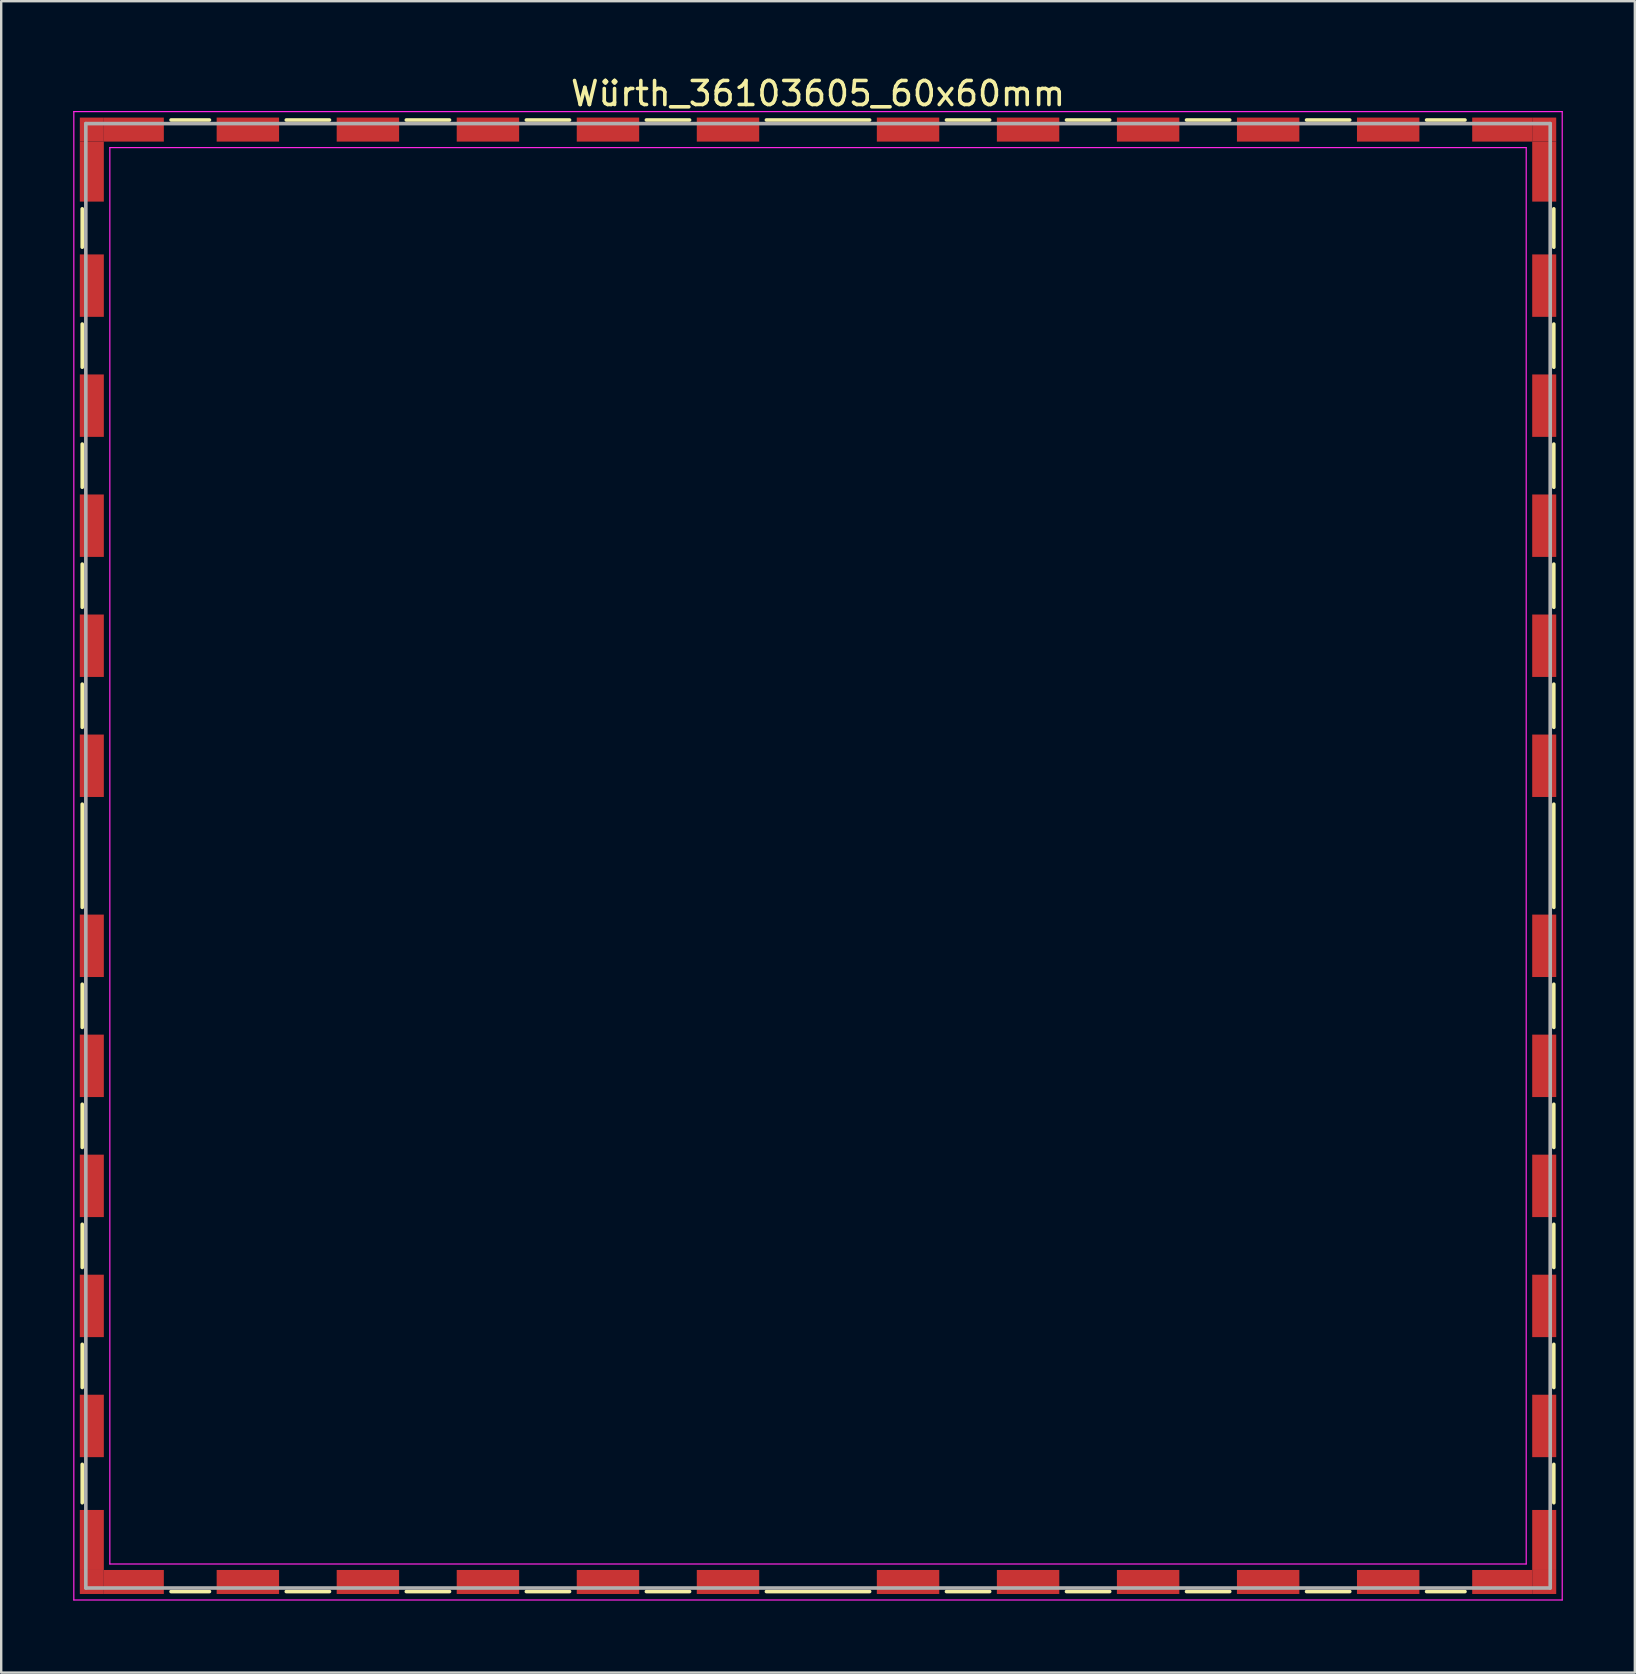
<source format=kicad_pcb>
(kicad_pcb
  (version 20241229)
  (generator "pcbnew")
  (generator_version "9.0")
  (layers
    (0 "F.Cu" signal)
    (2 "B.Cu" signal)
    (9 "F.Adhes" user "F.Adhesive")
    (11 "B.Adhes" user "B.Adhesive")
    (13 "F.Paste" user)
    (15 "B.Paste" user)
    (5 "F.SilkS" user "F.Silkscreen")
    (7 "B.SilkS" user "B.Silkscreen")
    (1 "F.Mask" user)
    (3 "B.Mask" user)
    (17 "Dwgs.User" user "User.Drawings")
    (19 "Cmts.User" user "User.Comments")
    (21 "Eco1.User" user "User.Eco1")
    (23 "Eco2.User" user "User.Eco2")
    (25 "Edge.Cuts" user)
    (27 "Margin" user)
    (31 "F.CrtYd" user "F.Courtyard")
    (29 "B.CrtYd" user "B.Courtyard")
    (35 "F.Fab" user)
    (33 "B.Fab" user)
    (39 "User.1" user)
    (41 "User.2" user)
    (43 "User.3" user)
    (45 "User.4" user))
  (footprint "Würth_36103605_60x60mm"
    (layer "F.Cu")
    (at 31.025 32.598)
    (property "Reference" "Würth_36103605_60x60mm" (at 0 -31.75 0) (layer "F.SilkS") (effects (font (size 1 1) (thickness 0.15))))
    (attr smd)
    (fp_line (start -30.65 -26.95) (end -30.65 -25.35) (stroke (width 0.15) (type solid)) (layer "F.SilkS"))
    (fp_line (start -30.65 -22.15) (end -30.65 -20.35) (stroke (width 0.15) (type solid)) (layer "F.SilkS"))
    (fp_line (start -30.65 -17.15) (end -30.65 -15.35) (stroke (width 0.15) (type solid)) (layer "F.SilkS"))
    (fp_line (start -30.65 -12.15) (end -30.65 -10.35) (stroke (width 0.15) (type solid)) (layer "F.SilkS"))
    (fp_line (start -30.65 -7.15) (end -30.65 -5.35) (stroke (width 0.15) (type solid)) (layer "F.SilkS"))
    (fp_line (start -30.65 -2.15) (end -30.65 2.15) (stroke (width 0.15) (type solid)) (layer "F.SilkS"))
    (fp_line (start -30.65 5.35) (end -30.65 7.15) (stroke (width 0.15) (type solid)) (layer "F.SilkS"))
    (fp_line (start -30.65 10.35) (end -30.65 12.15) (stroke (width 0.15) (type solid)) (layer "F.SilkS"))
    (fp_line (start -30.65 15.35) (end -30.65 17.15) (stroke (width 0.15) (type solid)) (layer "F.SilkS"))
    (fp_line (start -30.65 20.35) (end -30.65 22.15) (stroke (width 0.15) (type solid)) (layer "F.SilkS"))
    (fp_line (start -30.65 25.35) (end -30.65 26.95) (stroke (width 0.15) (type solid)) (layer "F.SilkS"))
    (fp_line (start -26.95 -30.65) (end -25.35 -30.65) (stroke (width 0.15) (type solid)) (layer "F.SilkS"))
    (fp_line (start -26.95 30.65) (end -25.35 30.65) (stroke (width 0.15) (type solid)) (layer "F.SilkS"))
    (fp_line (start -22.15 -30.65) (end -20.35 -30.65) (stroke (width 0.15) (type solid)) (layer "F.SilkS"))
    (fp_line (start -22.15 30.65) (end -20.35 30.65) (stroke (width 0.15) (type solid)) (layer "F.SilkS"))
    (fp_line (start -17.15 -30.65) (end -15.35 -30.65) (stroke (width 0.15) (type solid)) (layer "F.SilkS"))
    (fp_line (start -17.15 30.65) (end -15.35 30.65) (stroke (width 0.15) (type solid)) (layer "F.SilkS"))
    (fp_line (start -12.15 -30.65) (end -10.35 -30.65) (stroke (width 0.15) (type solid)) (layer "F.SilkS"))
    (fp_line (start -12.15 30.65) (end -10.35 30.65) (stroke (width 0.15) (type solid)) (layer "F.SilkS"))
    (fp_line (start -7.15 -30.65) (end -5.35 -30.65) (stroke (width 0.15) (type solid)) (layer "F.SilkS"))
    (fp_line (start -7.15 30.65) (end -5.35 30.65) (stroke (width 0.15) (type solid)) (layer "F.SilkS"))
    (fp_line (start -2.15 -30.65) (end 2.15 -30.65) (stroke (width 0.15) (type solid)) (layer "F.SilkS"))
    (fp_line (start -2.15 30.65) (end 2.15 30.65) (stroke (width 0.15) (type solid)) (layer "F.SilkS"))
    (fp_line (start 5.35 -30.65) (end 7.15 -30.65) (stroke (width 0.15) (type solid)) (layer "F.SilkS"))
    (fp_line (start 5.35 30.65) (end 7.15 30.65) (stroke (width 0.15) (type solid)) (layer "F.SilkS"))
    (fp_line (start 10.35 -30.65) (end 12.15 -30.65) (stroke (width 0.15) (type solid)) (layer "F.SilkS"))
    (fp_line (start 10.35 30.65) (end 12.15 30.65) (stroke (width 0.15) (type solid)) (layer "F.SilkS"))
    (fp_line (start 15.35 -30.65) (end 17.15 -30.65) (stroke (width 0.15) (type solid)) (layer "F.SilkS"))
    (fp_line (start 15.35 30.65) (end 17.15 30.65) (stroke (width 0.15) (type solid)) (layer "F.SilkS"))
    (fp_line (start 20.35 -30.65) (end 22.15 -30.65) (stroke (width 0.15) (type solid)) (layer "F.SilkS"))
    (fp_line (start 20.35 30.65) (end 22.15 30.65) (stroke (width 0.15) (type solid)) (layer "F.SilkS"))
    (fp_line (start 25.35 -30.65) (end 26.95 -30.65) (stroke (width 0.15) (type solid)) (layer "F.SilkS"))
    (fp_line (start 25.35 30.65) (end 26.95 30.65) (stroke (width 0.15) (type solid)) (layer "F.SilkS"))
    (fp_line (start 30.65 -26.95) (end 30.65 -25.35) (stroke (width 0.15) (type solid)) (layer "F.SilkS"))
    (fp_line (start 30.65 -22.15) (end 30.65 -20.35) (stroke (width 0.15) (type solid)) (layer "F.SilkS"))
    (fp_line (start 30.65 -17.15) (end 30.65 -15.35) (stroke (width 0.15) (type solid)) (layer "F.SilkS"))
    (fp_line (start 30.65 -12.15) (end 30.65 -10.35) (stroke (width 0.15) (type solid)) (layer "F.SilkS"))
    (fp_line (start 30.65 -7.15) (end 30.65 -5.35) (stroke (width 0.15) (type solid)) (layer "F.SilkS"))
    (fp_line (start 30.65 -2.15) (end 30.65 2.15) (stroke (width 0.15) (type solid)) (layer "F.SilkS"))
    (fp_line (start 30.65 5.35) (end 30.65 7.15) (stroke (width 0.15) (type solid)) (layer "F.SilkS"))
    (fp_line (start 30.65 10.35) (end 30.65 12.15) (stroke (width 0.15) (type solid)) (layer "F.SilkS"))
    (fp_line (start 30.65 15.35) (end 30.65 17.15) (stroke (width 0.15) (type solid)) (layer "F.SilkS"))
    (fp_line (start 30.65 20.35) (end 30.65 22.15) (stroke (width 0.15) (type solid)) (layer "F.SilkS"))
    (fp_line (start 30.65 25.35) (end 30.65 26.95) (stroke (width 0.15) (type solid)) (layer "F.SilkS"))
    (fp_line (start -31 -31) (end -31 31) (stroke (width 0.05) (type solid)) (layer "F.CrtYd"))
    (fp_line (start -31 31) (end 31 31) (stroke (width 0.05) (type solid)) (layer "F.CrtYd"))
    (fp_line (start -29.5 -29.5) (end -29.5 29.5) (stroke (width 0.05) (type solid)) (layer "F.CrtYd"))
    (fp_line (start -29.5 29.5) (end 29.5 29.5) (stroke (width 0.05) (type solid)) (layer "F.CrtYd"))
    (fp_line (start 29.5 -29.5) (end -29.5 -29.5) (stroke (width 0.05) (type solid)) (layer "F.CrtYd"))
    (fp_line (start 29.5 29.5) (end 29.5 -29.5) (stroke (width 0.05) (type solid)) (layer "F.CrtYd"))
    (fp_line (start 31 -31) (end -31 -31) (stroke (width 0.05) (type solid)) (layer "F.CrtYd"))
    (fp_line (start 31 31) (end 31 -31) (stroke (width 0.05) (type solid)) (layer "F.CrtYd"))
    (fp_line (start -30.5 -30.5) (end -30.5 30.5) (stroke (width 0.15) (type solid)) (layer "F.Fab"))
    (fp_line (start -30.5 30.5) (end 30.5 30.5) (stroke (width 0.15) (type solid)) (layer "F.Fab"))
    (fp_line (start 30.5 -30.5) (end -30.5 -30.5) (stroke (width 0.15) (type solid)) (layer "F.Fab"))
    (fp_line (start 30.5 30.5) (end 30.5 -30.5) (stroke (width 0.15) (type solid)) (layer "F.Fab"))
    (pad "1" smd rect (at -30.25 -30.25) (size 1 1) (layers "F.Cu" "F.Mask"))
    (pad "1" smd rect (at -30.25 -28.5) (size 1 2.5) (layers "F.Cu" "F.Mask"))
    (pad "1" smd rect (at -30.25 -23.75) (size 1 2.6) (layers "F.Cu" "F.Mask"))
    (pad "1" smd rect (at -30.25 -18.75) (size 1 2.6) (layers "F.Cu" "F.Mask"))
    (pad "1" smd rect (at -30.25 -13.75) (size 1 2.6) (layers "F.Cu" "F.Mask"))
    (pad "1" smd rect (at -30.25 -8.75) (size 1 2.6) (layers "F.Cu" "F.Mask"))
    (pad "1" smd rect (at -30.25 -3.75) (size 1 2.6) (layers "F.Cu" "F.Mask"))
    (pad "1" smd rect (at -30.25 3.75) (size 1 2.6) (layers "F.Cu" "F.Mask"))
    (pad "1" smd rect (at -30.25 8.75) (size 1 2.6) (layers "F.Cu" "F.Mask"))
    (pad "1" smd rect (at -30.25 13.75) (size 1 2.6) (layers "F.Cu" "F.Mask"))
    (pad "1" smd rect (at -30.25 18.75) (size 1 2.6) (layers "F.Cu" "F.Mask"))
    (pad "1" smd rect (at -30.25 23.75) (size 1 2.6) (layers "F.Cu" "F.Mask"))
    (pad "1" smd rect (at -30.25 28.5) (size 1 2.5) (layers "F.Cu" "F.Mask"))
    (pad "1" smd rect (at -30.25 30.25) (size 1 1) (layers "F.Cu" "F.Mask"))
    (pad "1" smd rect (at -28.5 -30.25) (size 2.5 1) (layers "F.Cu" "F.Mask"))
    (pad "1" smd rect (at -28.5 30.25) (size 2.5 1) (layers "F.Cu" "F.Mask"))
    (pad "1" smd rect (at -23.75 -30.25) (size 2.6 1) (layers "F.Cu" "F.Mask"))
    (pad "1" smd rect (at -23.75 30.25) (size 2.6 1) (layers "F.Cu" "F.Mask"))
    (pad "1" smd rect (at -18.75 -30.25) (size 2.6 1) (layers "F.Cu" "F.Mask"))
    (pad "1" smd rect (at -18.75 30.25) (size 2.6 1) (layers "F.Cu" "F.Mask"))
    (pad "1" smd rect (at -13.75 -30.25) (size 2.6 1) (layers "F.Cu" "F.Mask"))
    (pad "1" smd rect (at -13.75 30.25) (size 2.6 1) (layers "F.Cu" "F.Mask"))
    (pad "1" smd rect (at -8.75 -30.25) (size 2.6 1) (layers "F.Cu" "F.Mask"))
    (pad "1" smd rect (at -8.75 30.25) (size 2.6 1) (layers "F.Cu" "F.Mask"))
    (pad "1" smd rect (at -3.75 -30.25) (size 2.6 1) (layers "F.Cu" "F.Mask"))
    (pad "1" smd rect (at -3.75 30.25) (size 2.6 1) (layers "F.Cu" "F.Mask"))
    (pad "1" smd rect (at 3.75 -30.25) (size 2.6 1) (layers "F.Cu" "F.Mask"))
    (pad "1" smd rect (at 3.75 30.25) (size 2.6 1) (layers "F.Cu" "F.Mask"))
    (pad "1" smd rect (at 8.75 -30.25) (size 2.6 1) (layers "F.Cu" "F.Mask"))
    (pad "1" smd rect (at 8.75 30.25) (size 2.6 1) (layers "F.Cu" "F.Mask"))
    (pad "1" smd rect (at 13.75 -30.25) (size 2.6 1) (layers "F.Cu" "F.Mask"))
    (pad "1" smd rect (at 13.75 30.25) (size 2.6 1) (layers "F.Cu" "F.Mask"))
    (pad "1" smd rect (at 18.75 -30.25) (size 2.6 1) (layers "F.Cu" "F.Mask"))
    (pad "1" smd rect (at 18.75 30.25) (size 2.6 1) (layers "F.Cu" "F.Mask"))
    (pad "1" smd rect (at 23.75 -30.25) (size 2.6 1) (layers "F.Cu" "F.Mask"))
    (pad "1" smd rect (at 23.75 30.25) (size 2.6 1) (layers "F.Cu" "F.Mask"))
    (pad "1" smd rect (at 28.5 -30.25) (size 2.5 1) (layers "F.Cu" "F.Mask"))
    (pad "1" smd rect (at 28.5 30.25) (size 2.5 1) (layers "F.Cu" "F.Mask"))
    (pad "1" smd rect (at 30.25 -30.25) (size 1 1) (layers "F.Cu" "F.Mask"))
    (pad "1" smd rect (at 30.25 -28.5) (size 1 2.5) (layers "F.Cu" "F.Mask"))
    (pad "1" smd rect (at 30.25 -23.75) (size 1 2.6) (layers "F.Cu" "F.Mask"))
    (pad "1" smd rect (at 30.25 -18.75) (size 1 2.6) (layers "F.Cu" "F.Mask"))
    (pad "1" smd rect (at 30.25 -13.75) (size 1 2.6) (layers "F.Cu" "F.Mask"))
    (pad "1" smd rect (at 30.25 -8.75) (size 1 2.6) (layers "F.Cu" "F.Mask"))
    (pad "1" smd rect (at 30.25 -3.75) (size 1 2.6) (layers "F.Cu" "F.Mask"))
    (pad "1" smd rect (at 30.25 3.75) (size 1 2.6) (layers "F.Cu" "F.Mask"))
    (pad "1" smd rect (at 30.25 8.75) (size 1 2.6) (layers "F.Cu" "F.Mask"))
    (pad "1" smd rect (at 30.25 13.75) (size 1 2.6) (layers "F.Cu" "F.Mask"))
    (pad "1" smd rect (at 30.25 18.75) (size 1 2.6) (layers "F.Cu" "F.Mask"))
    (pad "1" smd rect (at 30.25 23.75) (size 1 2.6) (layers "F.Cu" "F.Mask"))
    (pad "1" smd rect (at 30.25 28.5) (size 1 2.5) (layers "F.Cu" "F.Mask"))
    (pad "1" smd rect (at 30.25 30.25) (size 1 1) (layers "F.Cu" "F.Mask")))
  (gr_rect
    (start -3 -3)
    (end 65.05 66.623)
    (stroke (width 0.1) (type default))
    (fill no)
    (layer "Edge.Cuts")))
</source>
